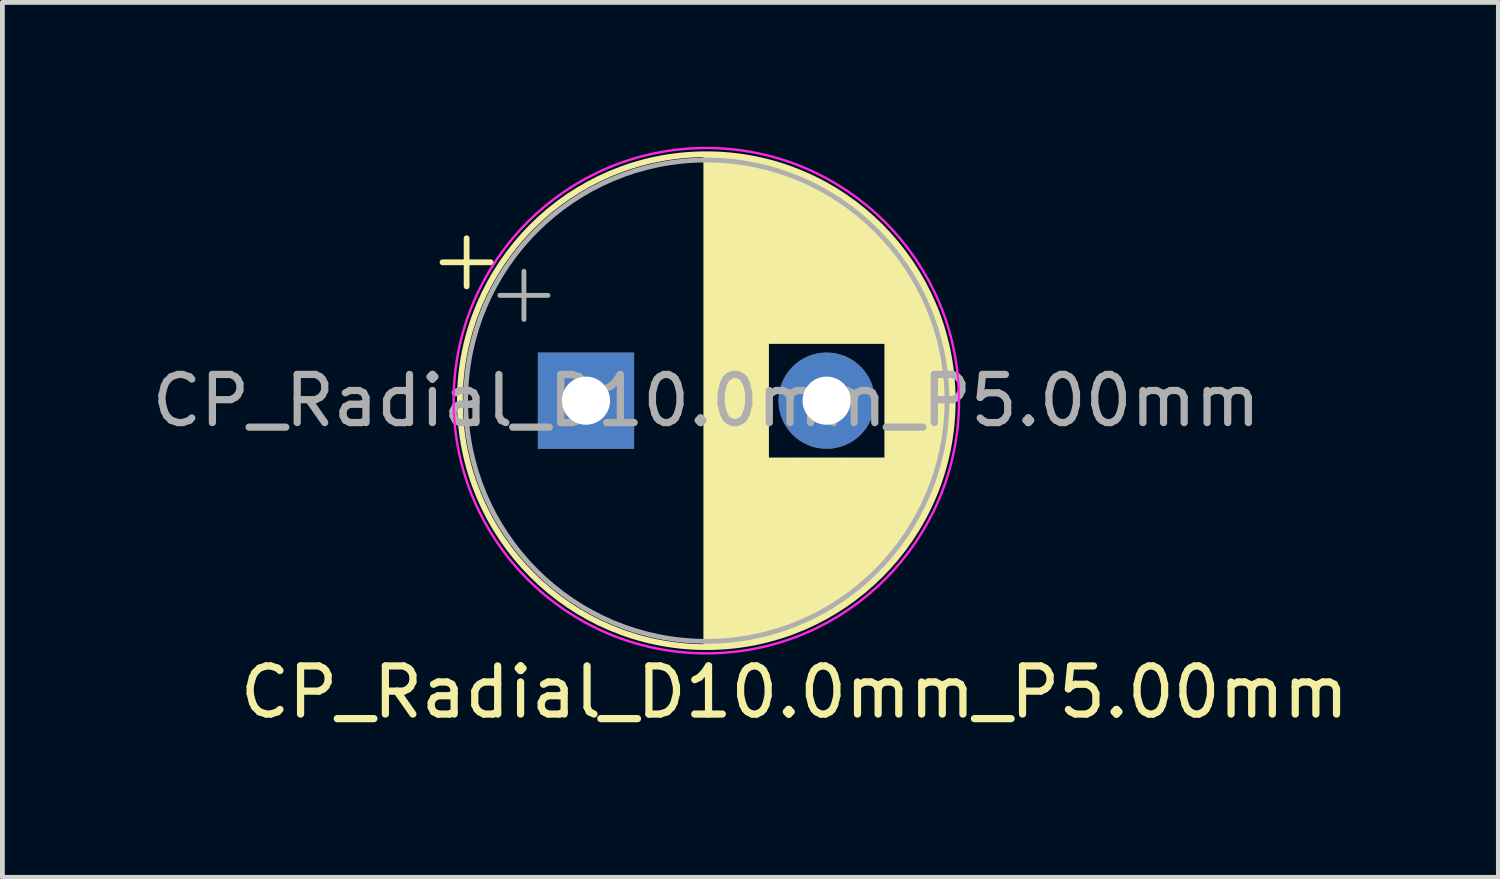
<source format=kicad_pcb>
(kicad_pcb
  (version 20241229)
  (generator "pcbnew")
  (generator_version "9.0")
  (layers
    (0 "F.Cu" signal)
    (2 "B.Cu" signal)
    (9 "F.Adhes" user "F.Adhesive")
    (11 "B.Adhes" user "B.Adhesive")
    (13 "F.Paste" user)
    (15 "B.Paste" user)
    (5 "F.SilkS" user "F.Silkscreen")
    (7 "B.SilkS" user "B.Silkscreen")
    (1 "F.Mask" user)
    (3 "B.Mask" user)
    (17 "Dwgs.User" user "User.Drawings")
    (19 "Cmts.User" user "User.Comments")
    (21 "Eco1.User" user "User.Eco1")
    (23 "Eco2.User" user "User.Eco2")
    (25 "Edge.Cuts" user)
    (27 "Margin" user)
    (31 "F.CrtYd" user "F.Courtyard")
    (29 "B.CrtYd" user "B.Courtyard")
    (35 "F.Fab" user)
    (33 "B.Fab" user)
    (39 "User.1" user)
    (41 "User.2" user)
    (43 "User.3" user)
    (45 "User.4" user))
  (footprint "CP_Radial_D10.0mm_P5.00mm"
    (layer "F.Cu")
    (at 9.125 5.275)
    (property "Reference" "CP_Radial_D10.0mm_P5.00mm" (at 4.332 6.056 180) (layer "F.SilkS") (effects (font (size 1 1) (thickness 0.15))))
    (attr through_hole)
    (fp_line (start -2.98 -2.875) (end -1.98 -2.875) (stroke (width 0.12) (type solid)) (layer "F.SilkS"))
    (fp_line (start -2.48 -3.375) (end -2.48 -2.375) (stroke (width 0.12) (type solid)) (layer "F.SilkS"))
    (fp_line (start 2.5 -5.08) (end 2.5 5.08) (stroke (width 0.12) (type solid)) (layer "F.SilkS"))
    (fp_line (start 2.54 -5.08) (end 2.54 5.08) (stroke (width 0.12) (type solid)) (layer "F.SilkS"))
    (fp_line (start 2.58 -5.08) (end 2.58 5.08) (stroke (width 0.12) (type solid)) (layer "F.SilkS"))
    (fp_line (start 2.62 -5.079) (end 2.62 5.079) (stroke (width 0.12) (type solid)) (layer "F.SilkS"))
    (fp_line (start 2.66 -5.078) (end 2.66 5.078) (stroke (width 0.12) (type solid)) (layer "F.SilkS"))
    (fp_line (start 2.7 -5.077) (end 2.7 5.077) (stroke (width 0.12) (type solid)) (layer "F.SilkS"))
    (fp_line (start 2.74 -5.075) (end 2.74 5.075) (stroke (width 0.12) (type solid)) (layer "F.SilkS"))
    (fp_line (start 2.78 -5.073) (end 2.78 5.073) (stroke (width 0.12) (type solid)) (layer "F.SilkS"))
    (fp_line (start 2.82 -5.07) (end 2.82 5.07) (stroke (width 0.12) (type solid)) (layer "F.SilkS"))
    (fp_line (start 2.86 -5.068) (end 2.86 5.068) (stroke (width 0.12) (type solid)) (layer "F.SilkS"))
    (fp_line (start 2.9 -5.065) (end 2.9 5.065) (stroke (width 0.12) (type solid)) (layer "F.SilkS"))
    (fp_line (start 2.94 -5.062) (end 2.94 5.062) (stroke (width 0.12) (type solid)) (layer "F.SilkS"))
    (fp_line (start 2.98 -5.058) (end 2.98 5.058) (stroke (width 0.12) (type solid)) (layer "F.SilkS"))
    (fp_line (start 3.02 -5.054) (end 3.02 5.054) (stroke (width 0.12) (type solid)) (layer "F.SilkS"))
    (fp_line (start 3.06 -5.05) (end 3.06 5.05) (stroke (width 0.12) (type solid)) (layer "F.SilkS"))
    (fp_line (start 3.1 -5.045) (end 3.1 5.045) (stroke (width 0.12) (type solid)) (layer "F.SilkS"))
    (fp_line (start 3.14 -5.04) (end 3.14 5.04) (stroke (width 0.12) (type solid)) (layer "F.SilkS"))
    (fp_line (start 3.18 -5.035) (end 3.18 5.035) (stroke (width 0.12) (type solid)) (layer "F.SilkS"))
    (fp_line (start 3.221 -5.03) (end 3.221 5.03) (stroke (width 0.12) (type solid)) (layer "F.SilkS"))
    (fp_line (start 3.261 -5.024) (end 3.261 5.024) (stroke (width 0.12) (type solid)) (layer "F.SilkS"))
    (fp_line (start 3.301 -5.018) (end 3.301 5.018) (stroke (width 0.12) (type solid)) (layer "F.SilkS"))
    (fp_line (start 3.341 -5.011) (end 3.341 5.011) (stroke (width 0.12) (type solid)) (layer "F.SilkS"))
    (fp_line (start 3.381 -5.004) (end 3.381 5.004) (stroke (width 0.12) (type solid)) (layer "F.SilkS"))
    (fp_line (start 3.421 -4.997) (end 3.421 4.997) (stroke (width 0.12) (type solid)) (layer "F.SilkS"))
    (fp_line (start 3.461 -4.99) (end 3.461 4.99) (stroke (width 0.12) (type solid)) (layer "F.SilkS"))
    (fp_line (start 3.501 -4.982) (end 3.501 4.982) (stroke (width 0.12) (type solid)) (layer "F.SilkS"))
    (fp_line (start 3.541 -4.974) (end 3.541 4.974) (stroke (width 0.12) (type solid)) (layer "F.SilkS"))
    (fp_line (start 3.581 -4.965) (end 3.581 4.965) (stroke (width 0.12) (type solid)) (layer "F.SilkS"))
    (fp_line (start 3.621 -4.956) (end 3.621 4.956) (stroke (width 0.12) (type solid)) (layer "F.SilkS"))
    (fp_line (start 3.661 -4.947) (end 3.661 4.947) (stroke (width 0.12) (type solid)) (layer "F.SilkS"))
    (fp_line (start 3.701 -4.938) (end 3.701 4.938) (stroke (width 0.12) (type solid)) (layer "F.SilkS"))
    (fp_line (start 3.741 -4.928) (end 3.741 4.928) (stroke (width 0.12) (type solid)) (layer "F.SilkS"))
    (fp_line (start 3.781 -4.918) (end 3.781 -1.241) (stroke (width 0.12) (type solid)) (layer "F.SilkS"))
    (fp_line (start 3.781 1.241) (end 3.781 4.918) (stroke (width 0.12) (type solid)) (layer "F.SilkS"))
    (fp_line (start 3.821 -4.907) (end 3.821 -1.241) (stroke (width 0.12) (type solid)) (layer "F.SilkS"))
    (fp_line (start 3.821 1.241) (end 3.821 4.907) (stroke (width 0.12) (type solid)) (layer "F.SilkS"))
    (fp_line (start 3.861 -4.897) (end 3.861 -1.241) (stroke (width 0.12) (type solid)) (layer "F.SilkS"))
    (fp_line (start 3.861 1.241) (end 3.861 4.897) (stroke (width 0.12) (type solid)) (layer "F.SilkS"))
    (fp_line (start 3.901 -4.885) (end 3.901 -1.241) (stroke (width 0.12) (type solid)) (layer "F.SilkS"))
    (fp_line (start 3.901 1.241) (end 3.901 4.885) (stroke (width 0.12) (type solid)) (layer "F.SilkS"))
    (fp_line (start 3.941 -4.874) (end 3.941 -1.241) (stroke (width 0.12) (type solid)) (layer "F.SilkS"))
    (fp_line (start 3.941 1.241) (end 3.941 4.874) (stroke (width 0.12) (type solid)) (layer "F.SilkS"))
    (fp_line (start 3.981 -4.862) (end 3.981 -1.241) (stroke (width 0.12) (type solid)) (layer "F.SilkS"))
    (fp_line (start 3.981 1.241) (end 3.981 4.862) (stroke (width 0.12) (type solid)) (layer "F.SilkS"))
    (fp_line (start 4.021 -4.85) (end 4.021 -1.241) (stroke (width 0.12) (type solid)) (layer "F.SilkS"))
    (fp_line (start 4.021 1.241) (end 4.021 4.85) (stroke (width 0.12) (type solid)) (layer "F.SilkS"))
    (fp_line (start 4.061 -4.837) (end 4.061 -1.241) (stroke (width 0.12) (type solid)) (layer "F.SilkS"))
    (fp_line (start 4.061 1.241) (end 4.061 4.837) (stroke (width 0.12) (type solid)) (layer "F.SilkS"))
    (fp_line (start 4.101 -4.824) (end 4.101 -1.241) (stroke (width 0.12) (type solid)) (layer "F.SilkS"))
    (fp_line (start 4.101 1.241) (end 4.101 4.824) (stroke (width 0.12) (type solid)) (layer "F.SilkS"))
    (fp_line (start 4.141 -4.811) (end 4.141 -1.241) (stroke (width 0.12) (type solid)) (layer "F.SilkS"))
    (fp_line (start 4.141 1.241) (end 4.141 4.811) (stroke (width 0.12) (type solid)) (layer "F.SilkS"))
    (fp_line (start 4.181 -4.797) (end 4.181 -1.241) (stroke (width 0.12) (type solid)) (layer "F.SilkS"))
    (fp_line (start 4.181 1.241) (end 4.181 4.797) (stroke (width 0.12) (type solid)) (layer "F.SilkS"))
    (fp_line (start 4.221 -4.783) (end 4.221 -1.241) (stroke (width 0.12) (type solid)) (layer "F.SilkS"))
    (fp_line (start 4.221 1.241) (end 4.221 4.783) (stroke (width 0.12) (type solid)) (layer "F.SilkS"))
    (fp_line (start 4.261 -4.768) (end 4.261 -1.241) (stroke (width 0.12) (type solid)) (layer "F.SilkS"))
    (fp_line (start 4.261 1.241) (end 4.261 4.768) (stroke (width 0.12) (type solid)) (layer "F.SilkS"))
    (fp_line (start 4.301 -4.754) (end 4.301 -1.241) (stroke (width 0.12) (type solid)) (layer "F.SilkS"))
    (fp_line (start 4.301 1.241) (end 4.301 4.754) (stroke (width 0.12) (type solid)) (layer "F.SilkS"))
    (fp_line (start 4.341 -4.738) (end 4.341 -1.241) (stroke (width 0.12) (type solid)) (layer "F.SilkS"))
    (fp_line (start 4.341 1.241) (end 4.341 4.738) (stroke (width 0.12) (type solid)) (layer "F.SilkS"))
    (fp_line (start 4.381 -4.723) (end 4.381 -1.241) (stroke (width 0.12) (type solid)) (layer "F.SilkS"))
    (fp_line (start 4.381 1.241) (end 4.381 4.723) (stroke (width 0.12) (type solid)) (layer "F.SilkS"))
    (fp_line (start 4.421 -4.707) (end 4.421 -1.241) (stroke (width 0.12) (type solid)) (layer "F.SilkS"))
    (fp_line (start 4.421 1.241) (end 4.421 4.707) (stroke (width 0.12) (type solid)) (layer "F.SilkS"))
    (fp_line (start 4.461 -4.69) (end 4.461 -1.241) (stroke (width 0.12) (type solid)) (layer "F.SilkS"))
    (fp_line (start 4.461 1.241) (end 4.461 4.69) (stroke (width 0.12) (type solid)) (layer "F.SilkS"))
    (fp_line (start 4.501 -4.674) (end 4.501 -1.241) (stroke (width 0.12) (type solid)) (layer "F.SilkS"))
    (fp_line (start 4.501 1.241) (end 4.501 4.674) (stroke (width 0.12) (type solid)) (layer "F.SilkS"))
    (fp_line (start 4.541 -4.657) (end 4.541 -1.241) (stroke (width 0.12) (type solid)) (layer "F.SilkS"))
    (fp_line (start 4.541 1.241) (end 4.541 4.657) (stroke (width 0.12) (type solid)) (layer "F.SilkS"))
    (fp_line (start 4.581 -4.639) (end 4.581 -1.241) (stroke (width 0.12) (type solid)) (layer "F.SilkS"))
    (fp_line (start 4.581 1.241) (end 4.581 4.639) (stroke (width 0.12) (type solid)) (layer "F.SilkS"))
    (fp_line (start 4.621 -4.621) (end 4.621 -1.241) (stroke (width 0.12) (type solid)) (layer "F.SilkS"))
    (fp_line (start 4.621 1.241) (end 4.621 4.621) (stroke (width 0.12) (type solid)) (layer "F.SilkS"))
    (fp_line (start 4.661 -4.603) (end 4.661 -1.241) (stroke (width 0.12) (type solid)) (layer "F.SilkS"))
    (fp_line (start 4.661 1.241) (end 4.661 4.603) (stroke (width 0.12) (type solid)) (layer "F.SilkS"))
    (fp_line (start 4.701 -4.584) (end 4.701 -1.241) (stroke (width 0.12) (type solid)) (layer "F.SilkS"))
    (fp_line (start 4.701 1.241) (end 4.701 4.584) (stroke (width 0.12) (type solid)) (layer "F.SilkS"))
    (fp_line (start 4.741 -4.564) (end 4.741 -1.241) (stroke (width 0.12) (type solid)) (layer "F.SilkS"))
    (fp_line (start 4.741 1.241) (end 4.741 4.564) (stroke (width 0.12) (type solid)) (layer "F.SilkS"))
    (fp_line (start 4.781 -4.545) (end 4.781 -1.241) (stroke (width 0.12) (type solid)) (layer "F.SilkS"))
    (fp_line (start 4.781 1.241) (end 4.781 4.545) (stroke (width 0.12) (type solid)) (layer "F.SilkS"))
    (fp_line (start 4.821 -4.525) (end 4.821 -1.241) (stroke (width 0.12) (type solid)) (layer "F.SilkS"))
    (fp_line (start 4.821 1.241) (end 4.821 4.525) (stroke (width 0.12) (type solid)) (layer "F.SilkS"))
    (fp_line (start 4.861 -4.504) (end 4.861 -1.241) (stroke (width 0.12) (type solid)) (layer "F.SilkS"))
    (fp_line (start 4.861 1.241) (end 4.861 4.504) (stroke (width 0.12) (type solid)) (layer "F.SilkS"))
    (fp_line (start 4.901 -4.483) (end 4.901 -1.241) (stroke (width 0.12) (type solid)) (layer "F.SilkS"))
    (fp_line (start 4.901 1.241) (end 4.901 4.483) (stroke (width 0.12) (type solid)) (layer "F.SilkS"))
    (fp_line (start 4.941 -4.462) (end 4.941 -1.241) (stroke (width 0.12) (type solid)) (layer "F.SilkS"))
    (fp_line (start 4.941 1.241) (end 4.941 4.462) (stroke (width 0.12) (type solid)) (layer "F.SilkS"))
    (fp_line (start 4.981 -4.44) (end 4.981 -1.241) (stroke (width 0.12) (type solid)) (layer "F.SilkS"))
    (fp_line (start 4.981 1.241) (end 4.981 4.44) (stroke (width 0.12) (type solid)) (layer "F.SilkS"))
    (fp_line (start 5.021 -4.417) (end 5.021 -1.241) (stroke (width 0.12) (type solid)) (layer "F.SilkS"))
    (fp_line (start 5.021 1.241) (end 5.021 4.417) (stroke (width 0.12) (type solid)) (layer "F.SilkS"))
    (fp_line (start 5.061 -4.395) (end 5.061 -1.241) (stroke (width 0.12) (type solid)) (layer "F.SilkS"))
    (fp_line (start 5.061 1.241) (end 5.061 4.395) (stroke (width 0.12) (type solid)) (layer "F.SilkS"))
    (fp_line (start 5.101 -4.371) (end 5.101 -1.241) (stroke (width 0.12) (type solid)) (layer "F.SilkS"))
    (fp_line (start 5.101 1.241) (end 5.101 4.371) (stroke (width 0.12) (type solid)) (layer "F.SilkS"))
    (fp_line (start 5.141 -4.347) (end 5.141 -1.241) (stroke (width 0.12) (type solid)) (layer "F.SilkS"))
    (fp_line (start 5.141 1.241) (end 5.141 4.347) (stroke (width 0.12) (type solid)) (layer "F.SilkS"))
    (fp_line (start 5.181 -4.323) (end 5.181 -1.241) (stroke (width 0.12) (type solid)) (layer "F.SilkS"))
    (fp_line (start 5.181 1.241) (end 5.181 4.323) (stroke (width 0.12) (type solid)) (layer "F.SilkS"))
    (fp_line (start 5.221 -4.298) (end 5.221 -1.241) (stroke (width 0.12) (type solid)) (layer "F.SilkS"))
    (fp_line (start 5.221 1.241) (end 5.221 4.298) (stroke (width 0.12) (type solid)) (layer "F.SilkS"))
    (fp_line (start 5.261 -4.273) (end 5.261 -1.241) (stroke (width 0.12) (type solid)) (layer "F.SilkS"))
    (fp_line (start 5.261 1.241) (end 5.261 4.273) (stroke (width 0.12) (type solid)) (layer "F.SilkS"))
    (fp_line (start 5.301 -4.247) (end 5.301 -1.241) (stroke (width 0.12) (type solid)) (layer "F.SilkS"))
    (fp_line (start 5.301 1.241) (end 5.301 4.247) (stroke (width 0.12) (type solid)) (layer "F.SilkS"))
    (fp_line (start 5.341 -4.221) (end 5.341 -1.241) (stroke (width 0.12) (type solid)) (layer "F.SilkS"))
    (fp_line (start 5.341 1.241) (end 5.341 4.221) (stroke (width 0.12) (type solid)) (layer "F.SilkS"))
    (fp_line (start 5.381 -4.194) (end 5.381 -1.241) (stroke (width 0.12) (type solid)) (layer "F.SilkS"))
    (fp_line (start 5.381 1.241) (end 5.381 4.194) (stroke (width 0.12) (type solid)) (layer "F.SilkS"))
    (fp_line (start 5.421 -4.166) (end 5.421 -1.241) (stroke (width 0.12) (type solid)) (layer "F.SilkS"))
    (fp_line (start 5.421 1.241) (end 5.421 4.166) (stroke (width 0.12) (type solid)) (layer "F.SilkS"))
    (fp_line (start 5.461 -4.138) (end 5.461 -1.241) (stroke (width 0.12) (type solid)) (layer "F.SilkS"))
    (fp_line (start 5.461 1.241) (end 5.461 4.138) (stroke (width 0.12) (type solid)) (layer "F.SilkS"))
    (fp_line (start 5.501 -4.11) (end 5.501 -1.241) (stroke (width 0.12) (type solid)) (layer "F.SilkS"))
    (fp_line (start 5.501 1.241) (end 5.501 4.11) (stroke (width 0.12) (type solid)) (layer "F.SilkS"))
    (fp_line (start 5.541 -4.08) (end 5.541 -1.241) (stroke (width 0.12) (type solid)) (layer "F.SilkS"))
    (fp_line (start 5.541 1.241) (end 5.541 4.08) (stroke (width 0.12) (type solid)) (layer "F.SilkS"))
    (fp_line (start 5.581 -4.05) (end 5.581 -1.241) (stroke (width 0.12) (type solid)) (layer "F.SilkS"))
    (fp_line (start 5.581 1.241) (end 5.581 4.05) (stroke (width 0.12) (type solid)) (layer "F.SilkS"))
    (fp_line (start 5.621 -4.02) (end 5.621 -1.241) (stroke (width 0.12) (type solid)) (layer "F.SilkS"))
    (fp_line (start 5.621 1.241) (end 5.621 4.02) (stroke (width 0.12) (type solid)) (layer "F.SilkS"))
    (fp_line (start 5.661 -3.989) (end 5.661 -1.241) (stroke (width 0.12) (type solid)) (layer "F.SilkS"))
    (fp_line (start 5.661 1.241) (end 5.661 3.989) (stroke (width 0.12) (type solid)) (layer "F.SilkS"))
    (fp_line (start 5.701 -3.957) (end 5.701 -1.241) (stroke (width 0.12) (type solid)) (layer "F.SilkS"))
    (fp_line (start 5.701 1.241) (end 5.701 3.957) (stroke (width 0.12) (type solid)) (layer "F.SilkS"))
    (fp_line (start 5.741 -3.925) (end 5.741 -1.241) (stroke (width 0.12) (type solid)) (layer "F.SilkS"))
    (fp_line (start 5.741 1.241) (end 5.741 3.925) (stroke (width 0.12) (type solid)) (layer "F.SilkS"))
    (fp_line (start 5.781 -3.892) (end 5.781 -1.241) (stroke (width 0.12) (type solid)) (layer "F.SilkS"))
    (fp_line (start 5.781 1.241) (end 5.781 3.892) (stroke (width 0.12) (type solid)) (layer "F.SilkS"))
    (fp_line (start 5.821 -3.858) (end 5.821 -1.241) (stroke (width 0.12) (type solid)) (layer "F.SilkS"))
    (fp_line (start 5.821 1.241) (end 5.821 3.858) (stroke (width 0.12) (type solid)) (layer "F.SilkS"))
    (fp_line (start 5.861 -3.824) (end 5.861 -1.241) (stroke (width 0.12) (type solid)) (layer "F.SilkS"))
    (fp_line (start 5.861 1.241) (end 5.861 3.824) (stroke (width 0.12) (type solid)) (layer "F.SilkS"))
    (fp_line (start 5.901 -3.789) (end 5.901 -1.241) (stroke (width 0.12) (type solid)) (layer "F.SilkS"))
    (fp_line (start 5.901 1.241) (end 5.901 3.789) (stroke (width 0.12) (type solid)) (layer "F.SilkS"))
    (fp_line (start 5.941 -3.753) (end 5.941 -1.241) (stroke (width 0.12) (type solid)) (layer "F.SilkS"))
    (fp_line (start 5.941 1.241) (end 5.941 3.753) (stroke (width 0.12) (type solid)) (layer "F.SilkS"))
    (fp_line (start 5.981 -3.716) (end 5.981 -1.241) (stroke (width 0.12) (type solid)) (layer "F.SilkS"))
    (fp_line (start 5.981 1.241) (end 5.981 3.716) (stroke (width 0.12) (type solid)) (layer "F.SilkS"))
    (fp_line (start 6.021 -3.679) (end 6.021 -1.241) (stroke (width 0.12) (type solid)) (layer "F.SilkS"))
    (fp_line (start 6.021 1.241) (end 6.021 3.679) (stroke (width 0.12) (type solid)) (layer "F.SilkS"))
    (fp_line (start 6.061 -3.64) (end 6.061 -1.241) (stroke (width 0.12) (type solid)) (layer "F.SilkS"))
    (fp_line (start 6.061 1.241) (end 6.061 3.64) (stroke (width 0.12) (type solid)) (layer "F.SilkS"))
    (fp_line (start 6.101 -3.601) (end 6.101 -1.241) (stroke (width 0.12) (type solid)) (layer "F.SilkS"))
    (fp_line (start 6.101 1.241) (end 6.101 3.601) (stroke (width 0.12) (type solid)) (layer "F.SilkS"))
    (fp_line (start 6.141 -3.561) (end 6.141 -1.241) (stroke (width 0.12) (type solid)) (layer "F.SilkS"))
    (fp_line (start 6.141 1.241) (end 6.141 3.561) (stroke (width 0.12) (type solid)) (layer "F.SilkS"))
    (fp_line (start 6.181 -3.52) (end 6.181 -1.241) (stroke (width 0.12) (type solid)) (layer "F.SilkS"))
    (fp_line (start 6.181 1.241) (end 6.181 3.52) (stroke (width 0.12) (type solid)) (layer "F.SilkS"))
    (fp_line (start 6.221 -3.478) (end 6.221 -1.241) (stroke (width 0.12) (type solid)) (layer "F.SilkS"))
    (fp_line (start 6.221 1.241) (end 6.221 3.478) (stroke (width 0.12) (type solid)) (layer "F.SilkS"))
    (fp_line (start 6.261 -3.436) (end 6.261 3.436) (stroke (width 0.12) (type solid)) (layer "F.SilkS"))
    (fp_line (start 6.301 -3.392) (end 6.301 3.392) (stroke (width 0.12) (type solid)) (layer "F.SilkS"))
    (fp_line (start 6.341 -3.347) (end 6.341 3.347) (stroke (width 0.12) (type solid)) (layer "F.SilkS"))
    (fp_line (start 6.381 -3.301) (end 6.381 3.301) (stroke (width 0.12) (type solid)) (layer "F.SilkS"))
    (fp_line (start 6.421 -3.254) (end 6.421 3.254) (stroke (width 0.12) (type solid)) (layer "F.SilkS"))
    (fp_line (start 6.461 -3.206) (end 6.461 3.206) (stroke (width 0.12) (type solid)) (layer "F.SilkS"))
    (fp_line (start 6.501 -3.156) (end 6.501 3.156) (stroke (width 0.12) (type solid)) (layer "F.SilkS"))
    (fp_line (start 6.541 -3.106) (end 6.541 3.106) (stroke (width 0.12) (type solid)) (layer "F.SilkS"))
    (fp_line (start 6.581 -3.054) (end 6.581 3.054) (stroke (width 0.12) (type solid)) (layer "F.SilkS"))
    (fp_line (start 6.621 -3) (end 6.621 3) (stroke (width 0.12) (type solid)) (layer "F.SilkS"))
    (fp_line (start 6.661 -2.945) (end 6.661 2.945) (stroke (width 0.12) (type solid)) (layer "F.SilkS"))
    (fp_line (start 6.701 -2.889) (end 6.701 2.889) (stroke (width 0.12) (type solid)) (layer "F.SilkS"))
    (fp_line (start 6.741 -2.83) (end 6.741 2.83) (stroke (width 0.12) (type solid)) (layer "F.SilkS"))
    (fp_line (start 6.781 -2.77) (end 6.781 2.77) (stroke (width 0.12) (type solid)) (layer "F.SilkS"))
    (fp_line (start 6.821 -2.709) (end 6.821 2.709) (stroke (width 0.12) (type solid)) (layer "F.SilkS"))
    (fp_line (start 6.861 -2.645) (end 6.861 2.645) (stroke (width 0.12) (type solid)) (layer "F.SilkS"))
    (fp_line (start 6.901 -2.579) (end 6.901 2.579) (stroke (width 0.12) (type solid)) (layer "F.SilkS"))
    (fp_line (start 6.941 -2.51) (end 6.941 2.51) (stroke (width 0.12) (type solid)) (layer "F.SilkS"))
    (fp_line (start 6.981 -2.439) (end 6.981 2.439) (stroke (width 0.12) (type solid)) (layer "F.SilkS"))
    (fp_line (start 7.021 -2.365) (end 7.021 2.365) (stroke (width 0.12) (type solid)) (layer "F.SilkS"))
    (fp_line (start 7.061 -2.289) (end 7.061 2.289) (stroke (width 0.12) (type solid)) (layer "F.SilkS"))
    (fp_line (start 7.101 -2.209) (end 7.101 2.209) (stroke (width 0.12) (type solid)) (layer "F.SilkS"))
    (fp_line (start 7.141 -2.125) (end 7.141 2.125) (stroke (width 0.12) (type solid)) (layer "F.SilkS"))
    (fp_line (start 7.181 -2.037) (end 7.181 2.037) (stroke (width 0.12) (type solid)) (layer "F.SilkS"))
    (fp_line (start 7.221 -1.944) (end 7.221 1.944) (stroke (width 0.12) (type solid)) (layer "F.SilkS"))
    (fp_line (start 7.261 -1.846) (end 7.261 1.846) (stroke (width 0.12) (type solid)) (layer "F.SilkS"))
    (fp_line (start 7.301 -1.742) (end 7.301 1.742) (stroke (width 0.12) (type solid)) (layer "F.SilkS"))
    (fp_line (start 7.341 -1.63) (end 7.341 1.63) (stroke (width 0.12) (type solid)) (layer "F.SilkS"))
    (fp_line (start 7.381 -1.51) (end 7.381 1.51) (stroke (width 0.12) (type solid)) (layer "F.SilkS"))
    (fp_line (start 7.421 -1.378) (end 7.421 1.378) (stroke (width 0.12) (type solid)) (layer "F.SilkS"))
    (fp_line (start 7.461 -1.23) (end 7.461 1.23) (stroke (width 0.12) (type solid)) (layer "F.SilkS"))
    (fp_line (start 7.501 -1.062) (end 7.501 1.062) (stroke (width 0.12) (type solid)) (layer "F.SilkS"))
    (fp_line (start 7.541 -0.862) (end 7.541 0.862) (stroke (width 0.12) (type solid)) (layer "F.SilkS"))
    (fp_line (start 7.581 -0.599) (end 7.581 0.599) (stroke (width 0.12) (type solid)) (layer "F.SilkS"))
    (fp_circle (center 2.5 0) (end 7.62 0) (stroke (width 0.12) (type solid)) (fill no) (layer "F.SilkS"))
    (fp_circle (center 2.5 0) (end 7.75 0) (stroke (width 0.05) (type solid)) (fill no) (layer "F.CrtYd"))
    (fp_line (start -1.789 -2.188) (end -0.789 -2.188) (stroke (width 0.1) (type solid)) (layer "F.Fab"))
    (fp_line (start -1.289 -2.688) (end -1.289 -1.688) (stroke (width 0.1) (type solid)) (layer "F.Fab"))
    (fp_circle (center 2.5 0) (end 7.5 0) (stroke (width 0.1) (type solid)) (fill no) (layer "F.Fab"))
    (fp_text user "${REFERENCE}" (at 2.5 0 180) (layer "F.Fab") (effects (font (size 1 1) (thickness 0.15))))
    (pad "1" thru_hole rect (at 0 0) (size 2 2) (drill 1) (layers "*.Cu" "*.Mask"))
    (pad "2" thru_hole circle (at 5 0) (size 2 2) (drill 1) (layers "*.Cu" "*.Mask")))
  (gr_rect
    (start -3 -3)
    (end 28.082 15.179)
    (stroke (width 0.1) (type default))
    (fill no)
    (layer "Edge.Cuts")))
</source>
